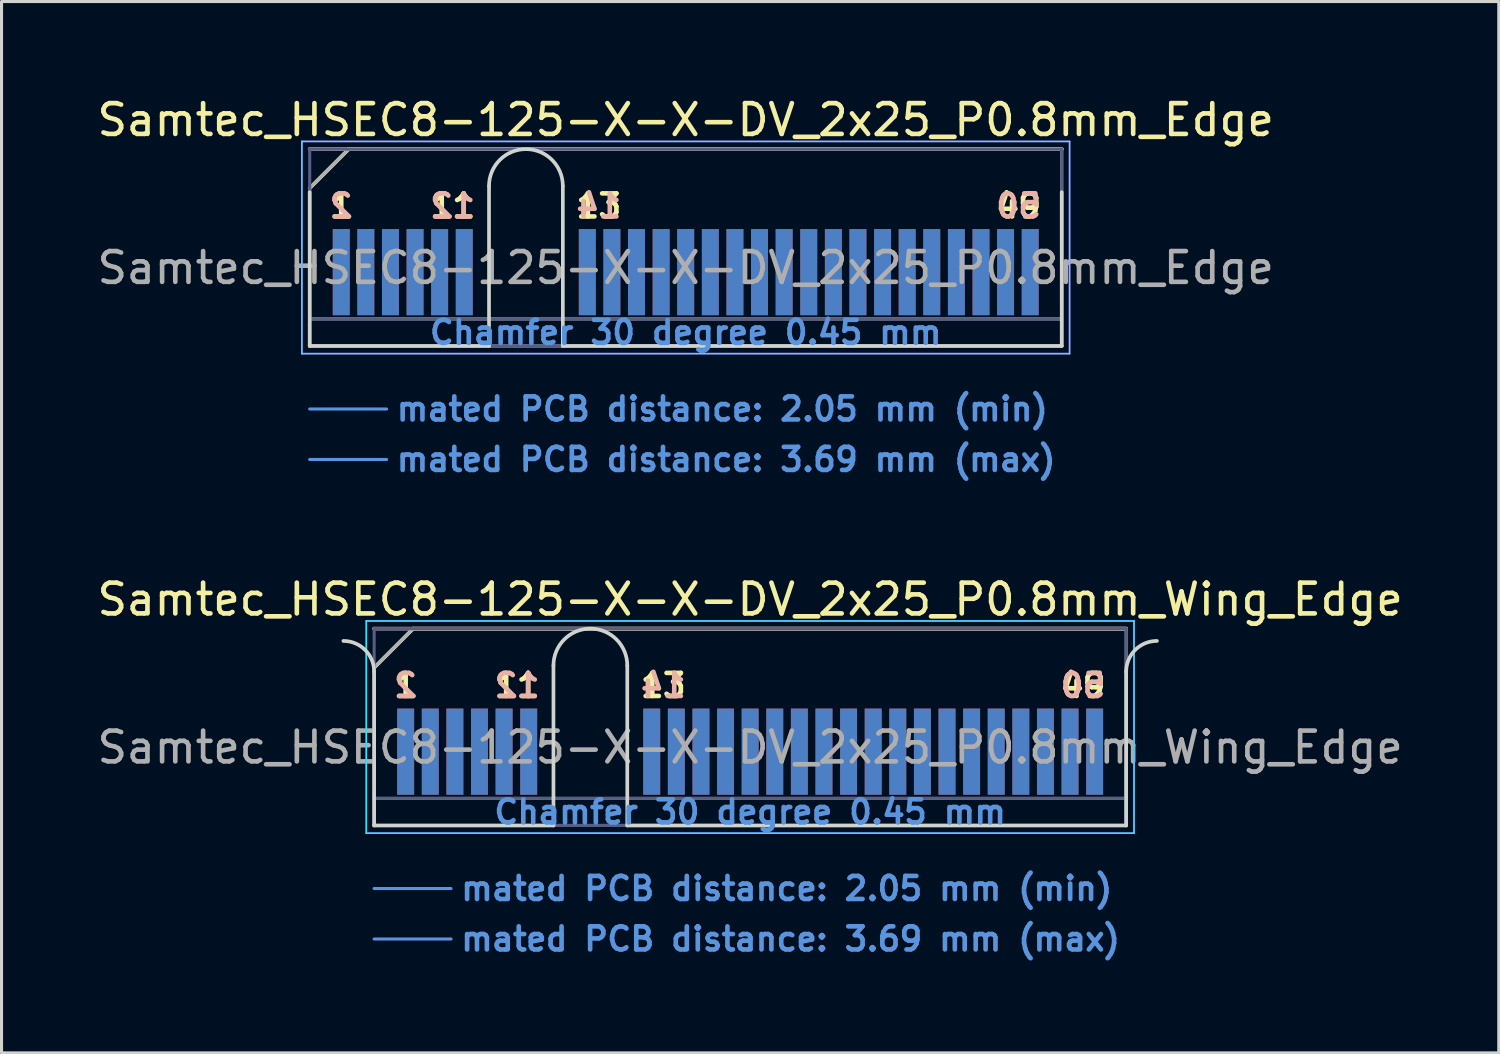
<source format=kicad_pcb>
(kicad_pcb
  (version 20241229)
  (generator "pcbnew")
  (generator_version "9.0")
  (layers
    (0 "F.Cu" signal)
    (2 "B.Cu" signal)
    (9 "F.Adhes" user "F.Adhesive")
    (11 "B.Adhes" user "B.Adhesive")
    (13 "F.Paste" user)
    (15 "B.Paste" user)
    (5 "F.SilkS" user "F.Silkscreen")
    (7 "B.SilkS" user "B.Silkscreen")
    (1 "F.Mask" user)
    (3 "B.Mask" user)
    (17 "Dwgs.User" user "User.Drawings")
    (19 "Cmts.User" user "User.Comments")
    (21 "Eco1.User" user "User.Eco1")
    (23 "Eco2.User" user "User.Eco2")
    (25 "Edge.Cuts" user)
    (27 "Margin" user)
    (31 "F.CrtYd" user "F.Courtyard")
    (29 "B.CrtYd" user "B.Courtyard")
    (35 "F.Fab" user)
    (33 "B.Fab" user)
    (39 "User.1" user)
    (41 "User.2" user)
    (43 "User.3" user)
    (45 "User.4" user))
  (footprint "Samtec_HSEC8-125-X-X-DV_2x25_P0.8mm_Edge"
    (layer "F.Cu")
    (at 19.244 8.198)
    (property "Reference" "Samtec_HSEC8-125-X-X-DV_2x25_P0.8mm_Edge" (at 0 -7.35 0) (layer "F.SilkS") (effects (font (size 1 1) (thickness 0.15))))
    (attr exclude_from_pos_files exclude_from_bom)
    (fp_line (start -12.225 -5.13) (end -10.955 -6.4) (stroke (width 0.12) (type solid)) (layer "F.SilkS"))
    (fp_line (start -10.955 -6.4) (end 12.225 -6.4) (stroke (width 0.12) (type solid)) (layer "F.SilkS"))
    (fp_line (start -12.225 -6.4) (end -12.225 -6.4) (stroke (width 0.12) (type solid)) (layer "B.SilkS"))
    (fp_line (start -12.225 -6.4) (end 12.225 -6.4) (stroke (width 0.12) (type solid)) (layer "B.SilkS"))
    (fp_line (start -12.225 2.05) (end -9.725 2.05) (stroke (width 0.1) (type solid)) (layer "Cmts.User"))
    (fp_line (start -12.225 3.69) (end -9.725 3.69) (stroke (width 0.1) (type solid)) (layer "Cmts.User"))
    (fp_line (start -12.225 -5) (end -12.225 0) (stroke (width 0.12) (type solid)) (layer "Edge.Cuts"))
    (fp_line (start -12.225 0) (end -6.395 0) (stroke (width 0.12) (type solid)) (layer "Edge.Cuts"))
    (fp_line (start -6.395 0) (end -6.395 -5.2) (stroke (width 0.12) (type solid)) (layer "Edge.Cuts"))
    (fp_line (start -3.995 -5.2) (end -3.995 0) (stroke (width 0.12) (type solid)) (layer "Edge.Cuts"))
    (fp_line (start -3.995 0) (end 12.225 0) (stroke (width 0.12) (type solid)) (layer "Edge.Cuts"))
    (fp_line (start 12.225 0) (end 12.225 -5) (stroke (width 0.12) (type solid)) (layer "Edge.Cuts"))
    (fp_arc (start -6.395 -5.2) (mid -5.195 -6.4) (end -3.995 -5.2) (stroke (width 0.12) (type solid)) (layer "Edge.Cuts"))
    (fp_line (start -12.48 -6.65) (end -12.48 0.25) (stroke (width 0.05) (type solid)) (layer "B.CrtYd"))
    (fp_line (start -12.48 0.25) (end 12.48 0.25) (stroke (width 0.05) (type solid)) (layer "B.CrtYd"))
    (fp_line (start 12.48 -6.65) (end -12.48 -6.65) (stroke (width 0.05) (type solid)) (layer "B.CrtYd"))
    (fp_line (start 12.48 0.25) (end 12.48 -6.65) (stroke (width 0.05) (type solid)) (layer "B.CrtYd"))
    (fp_line (start -12.48 -6.65) (end -12.48 0.25) (stroke (width 0.05) (type solid)) (layer "F.CrtYd"))
    (fp_line (start -12.48 0.25) (end 12.48 0.25) (stroke (width 0.05) (type solid)) (layer "F.CrtYd"))
    (fp_line (start 12.48 -6.65) (end -12.48 -6.65) (stroke (width 0.05) (type solid)) (layer "F.CrtYd"))
    (fp_line (start 12.48 0.25) (end 12.48 -6.65) (stroke (width 0.05) (type solid)) (layer "F.CrtYd"))
    (fp_line (start -12.225 -6.4) (end -12.225 -6.4) (stroke (width 0.1) (type solid)) (layer "B.Fab"))
    (fp_line (start -12.225 -6.4) (end -12.225 0) (stroke (width 0.1) (type solid)) (layer "B.Fab"))
    (fp_line (start -12.225 -6.4) (end 12.225 -6.4) (stroke (width 0.1) (type solid)) (layer "B.Fab"))
    (fp_line (start -12.225 -0.88) (end 12.225 -0.88) (stroke (width 0.1) (type solid)) (layer "B.Fab"))
    (fp_line (start -12.225 0) (end 12.225 0) (stroke (width 0.1) (type solid)) (layer "B.Fab"))
    (fp_line (start 12.225 -6.4) (end 12.225 0) (stroke (width 0.1) (type solid)) (layer "B.Fab"))
    (fp_line (start -12.225 -5.13) (end -12.225 0) (stroke (width 0.1) (type solid)) (layer "F.Fab"))
    (fp_line (start -12.225 -5.13) (end -10.955 -6.4) (stroke (width 0.1) (type solid)) (layer "F.Fab"))
    (fp_line (start -12.225 -0.88) (end 12.225 -0.88) (stroke (width 0.1) (type solid)) (layer "F.Fab"))
    (fp_line (start -12.225 0) (end 12.225 0) (stroke (width 0.1) (type solid)) (layer "F.Fab"))
    (fp_line (start -10.955 -6.4) (end 12.225 -6.4) (stroke (width 0.1) (type solid)) (layer "F.Fab"))
    (fp_line (start 12.225 -6.4) (end 12.225 0) (stroke (width 0.1) (type solid)) (layer "F.Fab"))
    (fp_text user "11" (at -7.575 -4.55 0) (layer "F.SilkS") (effects (font (size 0.75 0.75) (thickness 0.15))))
    (fp_text user "1" (at -11.2 -4.55 0) (layer "F.SilkS") (effects (font (size 0.75 0.75) (thickness 0.15))))
    (fp_text user "13" (at -2.825 -4.55 0) (layer "F.SilkS") (effects (font (size 0.75 0.75) (thickness 0.15))))
    (fp_text user "49" (at 10.825 -4.55 0) (layer "F.SilkS") (effects (font (size 0.75 0.75) (thickness 0.15))))
    (fp_text user "14" (at -2.825 -4.55 0) (layer "B.SilkS") (effects (font (size 0.75 0.75) (thickness 0.15)) (justify mirror)))
    (fp_text user "12" (at -7.575 -4.55 0) (layer "B.SilkS") (effects (font (size 0.75 0.75) (thickness 0.15)) (justify mirror)))
    (fp_text user "50" (at 10.825 -4.55 0) (layer "B.SilkS") (effects (font (size 0.75 0.75) (thickness 0.15)) (justify mirror)))
    (fp_text user "2" (at -11.2 -4.55 0) (layer "B.SilkS") (effects (font (size 0.75 0.75) (thickness 0.15)) (justify mirror)))
    (fp_text user "Chamfer 30 degree 0.45 mm" (at 0 -0.44 0) (layer "Cmts.User") (effects (font (size 0.75 0.75) (thickness 0.15))))
    (fp_text user "mated PCB distance: 2.05 mm (min)" (at -9.48 2.05 0) (layer "Cmts.User") (effects (font (size 0.75 0.75) (thickness 0.15)) (justify left)))
    (fp_text user "mated PCB distance: 3.69 mm (max)" (at -9.48 3.69 0) (layer "Cmts.User") (effects (font (size 0.75 0.75) (thickness 0.15)) (justify left)))
    (fp_text user "${REFERENCE}" (at 0 -2.54 0) (layer "F.Fab") (effects (font (size 1 1) (thickness 0.15))))
    (pad "1" connect rect (at -11.2 -2.4) (size 0.55 2.8) (layers "F.Cu" "F.Mask"))
    (pad "2" connect rect (at -11.2 -2.4) (size 0.55 2.8) (layers "B.Cu" "B.Mask"))
    (pad "3" connect rect (at -10.4 -2.4) (size 0.55 2.8) (layers "F.Cu" "F.Mask"))
    (pad "4" connect rect (at -10.4 -2.4) (size 0.55 2.8) (layers "B.Cu" "B.Mask"))
    (pad "5" connect rect (at -9.6 -2.4) (size 0.55 2.8) (layers "F.Cu" "F.Mask"))
    (pad "6" connect rect (at -9.6 -2.4) (size 0.55 2.8) (layers "B.Cu" "B.Mask"))
    (pad "7" connect rect (at -8.8 -2.4) (size 0.55 2.8) (layers "F.Cu" "F.Mask"))
    (pad "8" connect rect (at -8.8 -2.4) (size 0.55 2.8) (layers "B.Cu" "B.Mask"))
    (pad "9" connect rect (at -8 -2.4) (size 0.55 2.8) (layers "F.Cu" "F.Mask"))
    (pad "10" connect rect (at -8 -2.4) (size 0.55 2.8) (layers "B.Cu" "B.Mask"))
    (pad "11" connect rect (at -7.2 -2.4) (size 0.55 2.8) (layers "F.Cu" "F.Mask"))
    (pad "12" connect rect (at -7.2 -2.4) (size 0.55 2.8) (layers "B.Cu" "B.Mask"))
    (pad "13" connect rect (at -3.2 -2.4) (size 0.55 2.8) (layers "F.Cu" "F.Mask"))
    (pad "14" connect rect (at -3.2 -2.4) (size 0.55 2.8) (layers "B.Cu" "B.Mask"))
    (pad "15" connect rect (at -2.4 -2.4) (size 0.55 2.8) (layers "F.Cu" "F.Mask"))
    (pad "16" connect rect (at -2.4 -2.4) (size 0.55 2.8) (layers "B.Cu" "B.Mask"))
    (pad "17" connect rect (at -1.6 -2.4) (size 0.55 2.8) (layers "F.Cu" "F.Mask"))
    (pad "18" connect rect (at -1.6 -2.4) (size 0.55 2.8) (layers "B.Cu" "B.Mask"))
    (pad "19" connect rect (at -0.8 -2.4) (size 0.55 2.8) (layers "F.Cu" "F.Mask"))
    (pad "20" connect rect (at -0.8 -2.4) (size 0.55 2.8) (layers "B.Cu" "B.Mask"))
    (pad "21" connect rect (at 0 -2.4) (size 0.55 2.8) (layers "F.Cu" "F.Mask"))
    (pad "22" connect rect (at 0 -2.4) (size 0.55 2.8) (layers "B.Cu" "B.Mask"))
    (pad "23" connect rect (at 0.8 -2.4) (size 0.55 2.8) (layers "F.Cu" "F.Mask"))
    (pad "24" connect rect (at 0.8 -2.4) (size 0.55 2.8) (layers "B.Cu" "B.Mask"))
    (pad "25" connect rect (at 1.6 -2.4) (size 0.55 2.8) (layers "F.Cu" "F.Mask"))
    (pad "26" connect rect (at 1.6 -2.4) (size 0.55 2.8) (layers "B.Cu" "B.Mask"))
    (pad "27" connect rect (at 2.4 -2.4) (size 0.55 2.8) (layers "F.Cu" "F.Mask"))
    (pad "28" connect rect (at 2.4 -2.4) (size 0.55 2.8) (layers "B.Cu" "B.Mask"))
    (pad "29" connect rect (at 3.2 -2.4) (size 0.55 2.8) (layers "F.Cu" "F.Mask"))
    (pad "30" connect rect (at 3.2 -2.4) (size 0.55 2.8) (layers "B.Cu" "B.Mask"))
    (pad "31" connect rect (at 4 -2.4) (size 0.55 2.8) (layers "F.Cu" "F.Mask"))
    (pad "32" connect rect (at 4 -2.4) (size 0.55 2.8) (layers "B.Cu" "B.Mask"))
    (pad "33" connect rect (at 4.8 -2.4) (size 0.55 2.8) (layers "F.Cu" "F.Mask"))
    (pad "34" connect rect (at 4.8 -2.4) (size 0.55 2.8) (layers "B.Cu" "B.Mask"))
    (pad "35" connect rect (at 5.6 -2.4) (size 0.55 2.8) (layers "F.Cu" "F.Mask"))
    (pad "36" connect rect (at 5.6 -2.4) (size 0.55 2.8) (layers "B.Cu" "B.Mask"))
    (pad "37" connect rect (at 6.4 -2.4) (size 0.55 2.8) (layers "F.Cu" "F.Mask"))
    (pad "38" connect rect (at 6.4 -2.4) (size 0.55 2.8) (layers "B.Cu" "B.Mask"))
    (pad "39" connect rect (at 7.2 -2.4) (size 0.55 2.8) (layers "F.Cu" "F.Mask"))
    (pad "40" connect rect (at 7.2 -2.4) (size 0.55 2.8) (layers "B.Cu" "B.Mask"))
    (pad "41" connect rect (at 8 -2.4) (size 0.55 2.8) (layers "F.Cu" "F.Mask"))
    (pad "42" connect rect (at 8 -2.4) (size 0.55 2.8) (layers "B.Cu" "B.Mask"))
    (pad "43" connect rect (at 8.8 -2.4) (size 0.55 2.8) (layers "F.Cu" "F.Mask"))
    (pad "44" connect rect (at 8.8 -2.4) (size 0.55 2.8) (layers "B.Cu" "B.Mask"))
    (pad "45" connect rect (at 9.6 -2.4) (size 0.55 2.8) (layers "F.Cu" "F.Mask"))
    (pad "46" connect rect (at 9.6 -2.4) (size 0.55 2.8) (layers "B.Cu" "B.Mask"))
    (pad "47" connect rect (at 10.4 -2.4) (size 0.55 2.8) (layers "F.Cu" "F.Mask"))
    (pad "48" connect rect (at 10.4 -2.4) (size 0.55 2.8) (layers "B.Cu" "B.Mask"))
    (pad "49" connect rect (at 11.2 -2.4) (size 0.55 2.8) (layers "F.Cu" "F.Mask"))
    (pad "50" connect rect (at 11.2 -2.4) (size 0.55 2.8) (layers "B.Cu" "B.Mask")))
  (footprint "Samtec_HSEC8-125-X-X-DV_2x25_P0.8mm_Wing_Edge"
    (layer "F.Cu")
    (at 21.339 23.788)
    (property "Reference" "Samtec_HSEC8-125-X-X-DV_2x25_P0.8mm_Wing_Edge" (at 0 -7.35 0) (layer "F.SilkS") (effects (font (size 1 1) (thickness 0.15))))
    (attr exclude_from_pos_files exclude_from_bom)
    (fp_line (start -12.225 -5.13) (end -10.955 -6.4) (stroke (width 0.12) (type solid)) (layer "F.SilkS"))
    (fp_line (start -10.955 -6.4) (end 12.225 -6.4) (stroke (width 0.12) (type solid)) (layer "F.SilkS"))
    (fp_line (start -12.225 -6.4) (end -12.225 -6.4) (stroke (width 0.12) (type solid)) (layer "B.SilkS"))
    (fp_line (start -12.225 -6.4) (end 12.225 -6.4) (stroke (width 0.12) (type solid)) (layer "B.SilkS"))
    (fp_line (start -12.225 2.05) (end -9.725 2.05) (stroke (width 0.1) (type solid)) (layer "Cmts.User"))
    (fp_line (start -12.225 3.69) (end -9.725 3.69) (stroke (width 0.1) (type solid)) (layer "Cmts.User"))
    (fp_line (start -12.225 -5) (end -12.225 0) (stroke (width 0.12) (type solid)) (layer "Edge.Cuts"))
    (fp_line (start -12.225 0) (end -6.395 0) (stroke (width 0.12) (type solid)) (layer "Edge.Cuts"))
    (fp_line (start -6.395 0) (end -6.395 -5.2) (stroke (width 0.12) (type solid)) (layer "Edge.Cuts"))
    (fp_line (start -3.995 -5.2) (end -3.995 0) (stroke (width 0.12) (type solid)) (layer "Edge.Cuts"))
    (fp_line (start -3.995 0) (end 12.225 0) (stroke (width 0.12) (type solid)) (layer "Edge.Cuts"))
    (fp_line (start 12.225 0) (end 12.225 -5) (stroke (width 0.12) (type solid)) (layer "Edge.Cuts"))
    (fp_arc (start -13.225 -6) (mid -12.517893 -5.707107) (end -12.225 -5) (stroke (width 0.12) (type solid)) (layer "Edge.Cuts"))
    (fp_arc (start -6.395 -5.2) (mid -5.195 -6.4) (end -3.995 -5.2) (stroke (width 0.12) (type solid)) (layer "Edge.Cuts"))
    (fp_arc (start 12.225 -5) (mid 12.517893 -5.707107) (end 13.225 -6) (stroke (width 0.12) (type solid)) (layer "Edge.Cuts"))
    (fp_line (start -12.48 -6.65) (end -12.48 0.25) (stroke (width 0.05) (type solid)) (layer "B.CrtYd"))
    (fp_line (start -12.48 0.25) (end 12.48 0.25) (stroke (width 0.05) (type solid)) (layer "B.CrtYd"))
    (fp_line (start 12.48 -6.65) (end -12.48 -6.65) (stroke (width 0.05) (type solid)) (layer "B.CrtYd"))
    (fp_line (start 12.48 0.25) (end 12.48 -6.65) (stroke (width 0.05) (type solid)) (layer "B.CrtYd"))
    (fp_line (start -12.48 -6.65) (end -12.48 0.25) (stroke (width 0.05) (type solid)) (layer "F.CrtYd"))
    (fp_line (start -12.48 0.25) (end 12.48 0.25) (stroke (width 0.05) (type solid)) (layer "F.CrtYd"))
    (fp_line (start 12.48 -6.65) (end -12.48 -6.65) (stroke (width 0.05) (type solid)) (layer "F.CrtYd"))
    (fp_line (start 12.48 0.25) (end 12.48 -6.65) (stroke (width 0.05) (type solid)) (layer "F.CrtYd"))
    (fp_line (start -12.225 -6.4) (end -12.225 -6.4) (stroke (width 0.1) (type solid)) (layer "B.Fab"))
    (fp_line (start -12.225 -6.4) (end -12.225 0) (stroke (width 0.1) (type solid)) (layer "B.Fab"))
    (fp_line (start -12.225 -6.4) (end 12.225 -6.4) (stroke (width 0.1) (type solid)) (layer "B.Fab"))
    (fp_line (start -12.225 -0.88) (end 12.225 -0.88) (stroke (width 0.1) (type solid)) (layer "B.Fab"))
    (fp_line (start -12.225 0) (end 12.225 0) (stroke (width 0.1) (type solid)) (layer "B.Fab"))
    (fp_line (start 12.225 -6.4) (end 12.225 0) (stroke (width 0.1) (type solid)) (layer "B.Fab"))
    (fp_line (start -12.225 -5.13) (end -12.225 0) (stroke (width 0.1) (type solid)) (layer "F.Fab"))
    (fp_line (start -12.225 -5.13) (end -10.955 -6.4) (stroke (width 0.1) (type solid)) (layer "F.Fab"))
    (fp_line (start -12.225 -0.88) (end 12.225 -0.88) (stroke (width 0.1) (type solid)) (layer "F.Fab"))
    (fp_line (start -12.225 0) (end 12.225 0) (stroke (width 0.1) (type solid)) (layer "F.Fab"))
    (fp_line (start -10.955 -6.4) (end 12.225 -6.4) (stroke (width 0.1) (type solid)) (layer "F.Fab"))
    (fp_line (start 12.225 -6.4) (end 12.225 0) (stroke (width 0.1) (type solid)) (layer "F.Fab"))
    (fp_text user "1" (at -11.2 -4.55 0) (layer "F.SilkS") (effects (font (size 0.75 0.75) (thickness 0.15))))
    (fp_text user "49" (at 10.825 -4.55 0) (layer "F.SilkS") (effects (font (size 0.75 0.75) (thickness 0.15))))
    (fp_text user "13" (at -2.825 -4.55 0) (layer "F.SilkS") (effects (font (size 0.75 0.75) (thickness 0.15))))
    (fp_text user "11" (at -7.575 -4.55 0) (layer "F.SilkS") (effects (font (size 0.75 0.75) (thickness 0.15))))
    (fp_text user "50" (at 10.825 -4.55 0) (layer "B.SilkS") (effects (font (size 0.75 0.75) (thickness 0.15)) (justify mirror)))
    (fp_text user "2" (at -11.2 -4.55 0) (layer "B.SilkS") (effects (font (size 0.75 0.75) (thickness 0.15)) (justify mirror)))
    (fp_text user "14" (at -2.825 -4.55 0) (layer "B.SilkS") (effects (font (size 0.75 0.75) (thickness 0.15)) (justify mirror)))
    (fp_text user "12" (at -7.575 -4.55 0) (layer "B.SilkS") (effects (font (size 0.75 0.75) (thickness 0.15)) (justify mirror)))
    (fp_text user "mated PCB distance: 2.05 mm (min)" (at -9.48 2.05 0) (layer "Cmts.User") (effects (font (size 0.75 0.75) (thickness 0.15)) (justify left)))
    (fp_text user "Chamfer 30 degree 0.45 mm" (at 0 -0.44 0) (layer "Cmts.User") (effects (font (size 0.75 0.75) (thickness 0.15))))
    (fp_text user "mated PCB distance: 3.69 mm (max)" (at -9.48 3.69 0) (layer "Cmts.User") (effects (font (size 0.75 0.75) (thickness 0.15)) (justify left)))
    (fp_text user "${REFERENCE}" (at 0 -2.54 0) (layer "F.Fab") (effects (font (size 1 1) (thickness 0.15))))
    (pad "1" connect rect (at -11.2 -2.4) (size 0.55 2.8) (layers "F.Cu" "F.Mask"))
    (pad "2" connect rect (at -11.2 -2.4) (size 0.55 2.8) (layers "B.Cu" "B.Mask"))
    (pad "3" connect rect (at -10.4 -2.4) (size 0.55 2.8) (layers "F.Cu" "F.Mask"))
    (pad "4" connect rect (at -10.4 -2.4) (size 0.55 2.8) (layers "B.Cu" "B.Mask"))
    (pad "5" connect rect (at -9.6 -2.4) (size 0.55 2.8) (layers "F.Cu" "F.Mask"))
    (pad "6" connect rect (at -9.6 -2.4) (size 0.55 2.8) (layers "B.Cu" "B.Mask"))
    (pad "7" connect rect (at -8.8 -2.4) (size 0.55 2.8) (layers "F.Cu" "F.Mask"))
    (pad "8" connect rect (at -8.8 -2.4) (size 0.55 2.8) (layers "B.Cu" "B.Mask"))
    (pad "9" connect rect (at -8 -2.4) (size 0.55 2.8) (layers "F.Cu" "F.Mask"))
    (pad "10" connect rect (at -8 -2.4) (size 0.55 2.8) (layers "B.Cu" "B.Mask"))
    (pad "11" connect rect (at -7.2 -2.4) (size 0.55 2.8) (layers "F.Cu" "F.Mask"))
    (pad "12" connect rect (at -7.2 -2.4) (size 0.55 2.8) (layers "B.Cu" "B.Mask"))
    (pad "13" connect rect (at -3.2 -2.4) (size 0.55 2.8) (layers "F.Cu" "F.Mask"))
    (pad "14" connect rect (at -3.2 -2.4) (size 0.55 2.8) (layers "B.Cu" "B.Mask"))
    (pad "15" connect rect (at -2.4 -2.4) (size 0.55 2.8) (layers "F.Cu" "F.Mask"))
    (pad "16" connect rect (at -2.4 -2.4) (size 0.55 2.8) (layers "B.Cu" "B.Mask"))
    (pad "17" connect rect (at -1.6 -2.4) (size 0.55 2.8) (layers "F.Cu" "F.Mask"))
    (pad "18" connect rect (at -1.6 -2.4) (size 0.55 2.8) (layers "B.Cu" "B.Mask"))
    (pad "19" connect rect (at -0.8 -2.4) (size 0.55 2.8) (layers "F.Cu" "F.Mask"))
    (pad "20" connect rect (at -0.8 -2.4) (size 0.55 2.8) (layers "B.Cu" "B.Mask"))
    (pad "21" connect rect (at 0 -2.4) (size 0.55 2.8) (layers "F.Cu" "F.Mask"))
    (pad "22" connect rect (at 0 -2.4) (size 0.55 2.8) (layers "B.Cu" "B.Mask"))
    (pad "23" connect rect (at 0.8 -2.4) (size 0.55 2.8) (layers "F.Cu" "F.Mask"))
    (pad "24" connect rect (at 0.8 -2.4) (size 0.55 2.8) (layers "B.Cu" "B.Mask"))
    (pad "25" connect rect (at 1.6 -2.4) (size 0.55 2.8) (layers "F.Cu" "F.Mask"))
    (pad "26" connect rect (at 1.6 -2.4) (size 0.55 2.8) (layers "B.Cu" "B.Mask"))
    (pad "27" connect rect (at 2.4 -2.4) (size 0.55 2.8) (layers "F.Cu" "F.Mask"))
    (pad "28" connect rect (at 2.4 -2.4) (size 0.55 2.8) (layers "B.Cu" "B.Mask"))
    (pad "29" connect rect (at 3.2 -2.4) (size 0.55 2.8) (layers "F.Cu" "F.Mask"))
    (pad "30" connect rect (at 3.2 -2.4) (size 0.55 2.8) (layers "B.Cu" "B.Mask"))
    (pad "31" connect rect (at 4 -2.4) (size 0.55 2.8) (layers "F.Cu" "F.Mask"))
    (pad "32" connect rect (at 4 -2.4) (size 0.55 2.8) (layers "B.Cu" "B.Mask"))
    (pad "33" connect rect (at 4.8 -2.4) (size 0.55 2.8) (layers "F.Cu" "F.Mask"))
    (pad "34" connect rect (at 4.8 -2.4) (size 0.55 2.8) (layers "B.Cu" "B.Mask"))
    (pad "35" connect rect (at 5.6 -2.4) (size 0.55 2.8) (layers "F.Cu" "F.Mask"))
    (pad "36" connect rect (at 5.6 -2.4) (size 0.55 2.8) (layers "B.Cu" "B.Mask"))
    (pad "37" connect rect (at 6.4 -2.4) (size 0.55 2.8) (layers "F.Cu" "F.Mask"))
    (pad "38" connect rect (at 6.4 -2.4) (size 0.55 2.8) (layers "B.Cu" "B.Mask"))
    (pad "39" connect rect (at 7.2 -2.4) (size 0.55 2.8) (layers "F.Cu" "F.Mask"))
    (pad "40" connect rect (at 7.2 -2.4) (size 0.55 2.8) (layers "B.Cu" "B.Mask"))
    (pad "41" connect rect (at 8 -2.4) (size 0.55 2.8) (layers "F.Cu" "F.Mask"))
    (pad "42" connect rect (at 8 -2.4) (size 0.55 2.8) (layers "B.Cu" "B.Mask"))
    (pad "43" connect rect (at 8.8 -2.4) (size 0.55 2.8) (layers "F.Cu" "F.Mask"))
    (pad "44" connect rect (at 8.8 -2.4) (size 0.55 2.8) (layers "B.Cu" "B.Mask"))
    (pad "45" connect rect (at 9.6 -2.4) (size 0.55 2.8) (layers "F.Cu" "F.Mask"))
    (pad "46" connect rect (at 9.6 -2.4) (size 0.55 2.8) (layers "B.Cu" "B.Mask"))
    (pad "47" connect rect (at 10.4 -2.4) (size 0.55 2.8) (layers "F.Cu" "F.Mask"))
    (pad "48" connect rect (at 10.4 -2.4) (size 0.55 2.8) (layers "B.Cu" "B.Mask"))
    (pad "49" connect rect (at 11.2 -2.4) (size 0.55 2.8) (layers "F.Cu" "F.Mask"))
    (pad "50" connect rect (at 11.2 -2.4) (size 0.55 2.8) (layers "B.Cu" "B.Mask")))
  (gr_rect
    (start -3 -3)
    (end 45.679 31.18)
    (stroke (width 0.1) (type default))
    (fill no)
    (layer "Edge.Cuts")))
</source>
